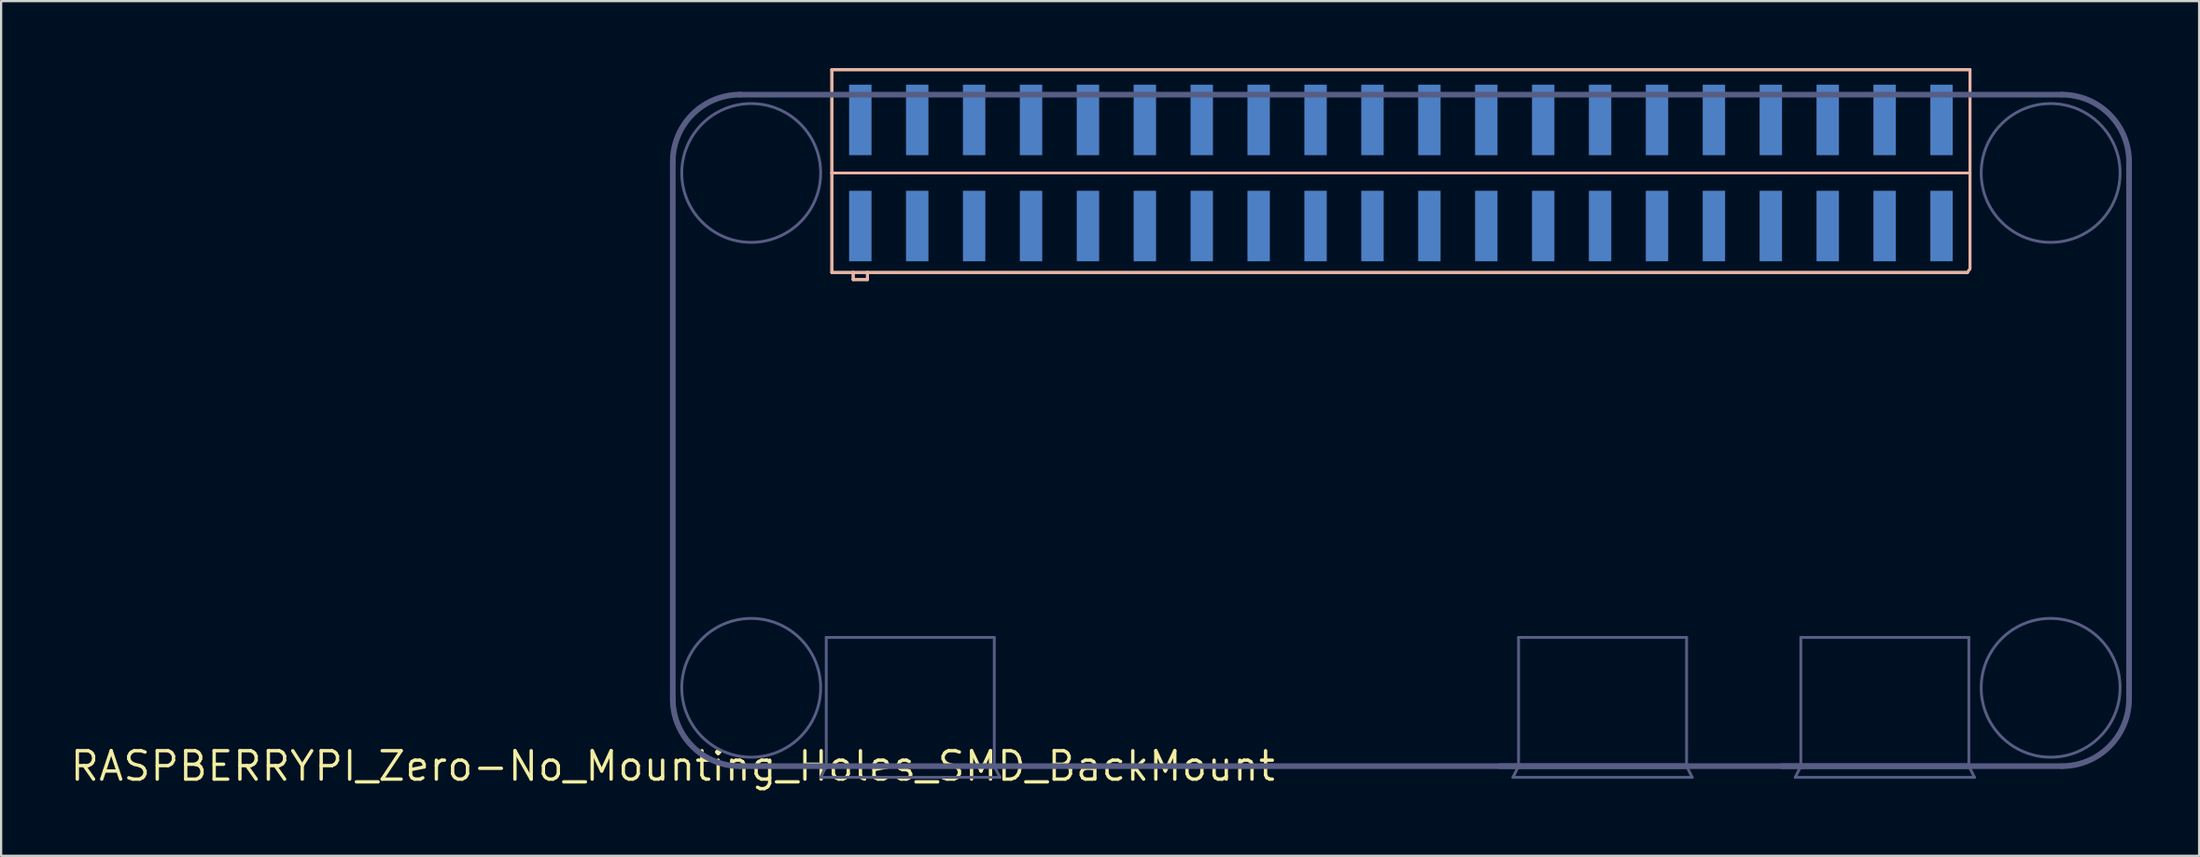
<source format=kicad_pcb>
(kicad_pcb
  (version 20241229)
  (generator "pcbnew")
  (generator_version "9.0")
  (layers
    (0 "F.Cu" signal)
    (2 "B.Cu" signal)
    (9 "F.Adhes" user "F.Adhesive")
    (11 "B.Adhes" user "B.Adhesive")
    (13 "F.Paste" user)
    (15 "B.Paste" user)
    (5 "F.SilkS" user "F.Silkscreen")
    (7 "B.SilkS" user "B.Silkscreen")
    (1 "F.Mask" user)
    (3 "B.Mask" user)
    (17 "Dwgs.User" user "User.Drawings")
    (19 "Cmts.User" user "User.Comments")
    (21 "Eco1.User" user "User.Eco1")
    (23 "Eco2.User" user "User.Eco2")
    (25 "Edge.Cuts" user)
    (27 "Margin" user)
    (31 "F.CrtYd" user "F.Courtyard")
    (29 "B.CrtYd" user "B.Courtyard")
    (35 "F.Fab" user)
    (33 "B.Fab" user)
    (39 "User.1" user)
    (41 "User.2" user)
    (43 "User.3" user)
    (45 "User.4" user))
  (footprint "RASPBERRYPI_Zero-No_Mounting_Holes_SMD_BackMount"
    (layer "F.Cu")
    (at 26.98 31.178)
    (property "Reference" "RASPBERRYPI_Zero-No_Mounting_Holes_SMD_BackMount" (at 0 0 0) (layer "F.SilkS") (effects (font (size 1.27 1.27) (thickness 0.15))))
    (attr smd)
    (fp_line (start 7.1 -31.115) (end 7.1 -26.5) (stroke (width 0.127) (type solid)) (layer "F.SilkS"))
    (fp_line (start 7.1 -26.5) (end 7.1 -22.055) (stroke (width 0.127) (type solid)) (layer "F.SilkS"))
    (fp_line (start 7.1 -26.5) (end 57.785 -26.5) (stroke (width 0.127) (type solid)) (layer "F.SilkS"))
    (fp_line (start 7.1 -22.055) (end 8.053 -22.055) (stroke (width 0.127) (type solid)) (layer "F.SilkS"))
    (fp_line (start 8.053 -22.055) (end 8.053 -21.738) (stroke (width 0.127) (type solid)) (layer "F.SilkS"))
    (fp_line (start 8.053 -22.055) (end 8.688 -22.055) (stroke (width 0.127) (type solid)) (layer "F.SilkS"))
    (fp_line (start 8.053 -21.738) (end 8.688 -21.738) (stroke (width 0.127) (type solid)) (layer "F.SilkS"))
    (fp_line (start 8.688 -22.055) (end 57.785 -22.055) (stroke (width 0.127) (type solid)) (layer "F.SilkS"))
    (fp_line (start 8.688 -21.738) (end 8.688 -22.055) (stroke (width 0.127) (type solid)) (layer "F.SilkS"))
    (fp_line (start 57.9 -31.115) (end 7.1 -31.115) (stroke (width 0.127) (type solid)) (layer "F.SilkS"))
    (fp_line (start 57.9 -22.225) (end 57.785 -22.055) (stroke (width 0.12) (type solid)) (layer "F.SilkS"))
    (fp_line (start 57.9 -22.225) (end 57.9 -31.115) (stroke (width 0.127) (type solid)) (layer "F.SilkS"))
    (fp_line (start 7.1 -31.115) (end 7.1 -26.5) (stroke (width 0.127) (type solid)) (layer "B.SilkS"))
    (fp_line (start 7.1 -26.5) (end 7.1 -22.055) (stroke (width 0.127) (type solid)) (layer "B.SilkS"))
    (fp_line (start 7.1 -26.5) (end 57.785 -26.5) (stroke (width 0.127) (type solid)) (layer "B.SilkS"))
    (fp_line (start 7.1 -22.055) (end 8.053 -22.055) (stroke (width 0.127) (type solid)) (layer "B.SilkS"))
    (fp_line (start 8.053 -22.055) (end 8.053 -21.738) (stroke (width 0.127) (type solid)) (layer "B.SilkS"))
    (fp_line (start 8.053 -22.055) (end 8.688 -22.055) (stroke (width 0.127) (type solid)) (layer "B.SilkS"))
    (fp_line (start 8.053 -21.738) (end 8.688 -21.738) (stroke (width 0.127) (type solid)) (layer "B.SilkS"))
    (fp_line (start 8.688 -22.055) (end 57.785 -22.055) (stroke (width 0.127) (type solid)) (layer "B.SilkS"))
    (fp_line (start 8.688 -21.738) (end 8.688 -22.055) (stroke (width 0.127) (type solid)) (layer "B.SilkS"))
    (fp_line (start 57.9 -31.115) (end 7.1 -31.115) (stroke (width 0.127) (type solid)) (layer "B.SilkS"))
    (fp_line (start 57.9 -22.225) (end 57.785 -22.055) (stroke (width 0.12) (type solid)) (layer "B.SilkS"))
    (fp_line (start 57.9 -22.225) (end 57.9 -31.115) (stroke (width 0.127) (type solid)) (layer "B.SilkS"))
    (fp_line (start 0 -27) (end 0 -3) (stroke (width 0.254) (type solid)) (layer "B.Fab"))
    (fp_line (start 3 0) (end 6.85 0) (stroke (width 0.254) (type solid)) (layer "B.Fab"))
    (fp_line (start 6.6 0.5) (end 14.6 0.5) (stroke (width 0.127) (type solid)) (layer "B.Fab"))
    (fp_line (start 6.85 -5.75) (end 14.35 -5.75) (stroke (width 0.127) (type solid)) (layer "B.Fab"))
    (fp_line (start 6.85 0) (end 6.6 0.5) (stroke (width 0.127) (type solid)) (layer "B.Fab"))
    (fp_line (start 6.85 0) (end 6.85 -5.75) (stroke (width 0.127) (type solid)) (layer "B.Fab"))
    (fp_line (start 6.85 0) (end 14.35 0) (stroke (width 0.254) (type solid)) (layer "B.Fab"))
    (fp_line (start 14.35 -5.75) (end 14.35 0) (stroke (width 0.127) (type solid)) (layer "B.Fab"))
    (fp_line (start 14.35 0) (end 62 0) (stroke (width 0.254) (type solid)) (layer "B.Fab"))
    (fp_line (start 14.6 0.5) (end 14.35 0) (stroke (width 0.127) (type solid)) (layer "B.Fab"))
    (fp_line (start 36.9 0) (end 37.75 0) (stroke (width 0.254) (type solid)) (layer "B.Fab"))
    (fp_line (start 37.5 0.5) (end 45.5 0.5) (stroke (width 0.127) (type solid)) (layer "B.Fab"))
    (fp_line (start 37.75 -5.75) (end 45.25 -5.75) (stroke (width 0.127) (type solid)) (layer "B.Fab"))
    (fp_line (start 37.75 0) (end 37.5 0.5) (stroke (width 0.127) (type solid)) (layer "B.Fab"))
    (fp_line (start 37.75 0) (end 37.75 -5.75) (stroke (width 0.127) (type solid)) (layer "B.Fab"))
    (fp_line (start 37.75 0) (end 45.25 0) (stroke (width 0.254) (type solid)) (layer "B.Fab"))
    (fp_line (start 45.25 -5.75) (end 45.25 0) (stroke (width 0.127) (type solid)) (layer "B.Fab"))
    (fp_line (start 45.5 0.5) (end 45.25 0) (stroke (width 0.127) (type solid)) (layer "B.Fab"))
    (fp_line (start 49.5 0) (end 50.35 0) (stroke (width 0.254) (type solid)) (layer "B.Fab"))
    (fp_line (start 50.1 0.5) (end 58.1 0.5) (stroke (width 0.127) (type solid)) (layer "B.Fab"))
    (fp_line (start 50.35 -5.75) (end 57.85 -5.75) (stroke (width 0.127) (type solid)) (layer "B.Fab"))
    (fp_line (start 50.35 0) (end 50.1 0.5) (stroke (width 0.127) (type solid)) (layer "B.Fab"))
    (fp_line (start 50.35 0) (end 50.35 -5.75) (stroke (width 0.127) (type solid)) (layer "B.Fab"))
    (fp_line (start 50.35 0) (end 57.85 0) (stroke (width 0.254) (type solid)) (layer "B.Fab"))
    (fp_line (start 57.85 -5.75) (end 57.85 0) (stroke (width 0.127) (type solid)) (layer "B.Fab"))
    (fp_line (start 58.1 0.5) (end 57.85 0) (stroke (width 0.127) (type solid)) (layer "B.Fab"))
    (fp_line (start 62 -30) (end 3 -30) (stroke (width 0.254) (type solid)) (layer "B.Fab"))
    (fp_line (start 65 -3) (end 65 -27) (stroke (width 0.254) (type solid)) (layer "B.Fab"))
    (fp_arc (start 0 -27) (mid 0.87868 -29.12132) (end 3 -30) (stroke (width 0.254) (type solid)) (layer "B.Fab"))
    (fp_arc (start 3 0) (mid 0.87868 -0.87868) (end 0 -3) (stroke (width 0.254) (type solid)) (layer "B.Fab"))
    (fp_arc (start 62 -30) (mid 64.12132 -29.12132) (end 65 -27) (stroke (width 0.254) (type solid)) (layer "B.Fab"))
    (fp_arc (start 65 -3) (mid 64.12132 -0.87868) (end 62 0) (stroke (width 0.254) (type solid)) (layer "B.Fab"))
    (fp_circle (center 3.5 -26.5) (end 6.6 -26.5) (stroke (width 0.127) (type solid)) (fill no) (layer "B.Fab"))
    (fp_circle (center 3.5 -3.5) (end 6.6 -3.5) (stroke (width 0.127) (type solid)) (fill no) (layer "B.Fab"))
    (fp_circle (center 61.5 -26.5) (end 64.6 -26.5) (stroke (width 0.127) (type solid)) (fill no) (layer "B.Fab"))
    (fp_circle (center 61.5 -3.5) (end 64.6 -3.5) (stroke (width 0.127) (type solid)) (fill no) (layer "B.Fab"))
    (pad "1" smd rect (at 8.37 -24.13) (size 1 3.15) (layers "B.Cu" "B.Mask" "B.Paste"))
    (pad "2" smd rect (at 8.37 -28.87) (size 1 3.15) (layers "B.Cu" "B.Mask" "B.Paste"))
    (pad "3" smd rect (at 10.91 -24.13) (size 1 3.15) (layers "B.Cu" "B.Mask" "B.Paste"))
    (pad "4" smd rect (at 10.91 -28.87) (size 1 3.15) (layers "B.Cu" "B.Mask" "B.Paste"))
    (pad "5" smd rect (at 13.45 -24.13) (size 1 3.15) (layers "B.Cu" "B.Mask" "B.Paste"))
    (pad "6" smd rect (at 13.45 -28.87) (size 1 3.15) (layers "B.Cu" "B.Mask" "B.Paste"))
    (pad "7" smd rect (at 15.99 -24.13) (size 1 3.15) (layers "B.Cu" "B.Mask" "B.Paste"))
    (pad "8" smd rect (at 15.99 -28.87) (size 1 3.15) (layers "B.Cu" "B.Mask" "B.Paste"))
    (pad "9" smd rect (at 18.53 -24.13) (size 1 3.15) (layers "B.Cu" "B.Mask" "B.Paste"))
    (pad "10" smd rect (at 18.53 -28.87) (size 1 3.15) (layers "B.Cu" "B.Mask" "B.Paste"))
    (pad "11" smd rect (at 21.07 -24.13) (size 1 3.15) (layers "B.Cu" "B.Mask" "B.Paste"))
    (pad "12" smd rect (at 21.07 -28.87) (size 1 3.15) (layers "B.Cu" "B.Mask" "B.Paste"))
    (pad "13" smd rect (at 23.61 -24.13) (size 1 3.15) (layers "B.Cu" "B.Mask" "B.Paste"))
    (pad "14" smd rect (at 23.61 -28.87) (size 1 3.15) (layers "B.Cu" "B.Mask" "B.Paste"))
    (pad "15" smd rect (at 26.15 -24.13) (size 1 3.15) (layers "B.Cu" "B.Mask" "B.Paste"))
    (pad "16" smd rect (at 26.15 -28.87) (size 1 3.15) (layers "B.Cu" "B.Mask" "B.Paste"))
    (pad "17" smd rect (at 28.69 -24.13) (size 1 3.15) (layers "B.Cu" "B.Mask" "B.Paste"))
    (pad "18" smd rect (at 28.69 -28.87) (size 1 3.15) (layers "B.Cu" "B.Mask" "B.Paste"))
    (pad "19" smd rect (at 31.23 -24.13) (size 1 3.15) (layers "B.Cu" "B.Mask" "B.Paste"))
    (pad "20" smd rect (at 31.23 -28.87) (size 1 3.15) (layers "B.Cu" "B.Mask" "B.Paste"))
    (pad "21" smd rect (at 33.77 -24.13) (size 1 3.15) (layers "B.Cu" "B.Mask" "B.Paste"))
    (pad "22" smd rect (at 33.77 -28.87) (size 1 3.15) (layers "B.Cu" "B.Mask" "B.Paste"))
    (pad "23" smd rect (at 36.31 -24.13) (size 1 3.15) (layers "B.Cu" "B.Mask" "B.Paste"))
    (pad "24" smd rect (at 36.31 -28.87) (size 1 3.15) (layers "B.Cu" "B.Mask" "B.Paste"))
    (pad "25" smd rect (at 38.85 -24.13) (size 1 3.15) (layers "B.Cu" "B.Mask" "B.Paste"))
    (pad "26" smd rect (at 38.85 -28.87) (size 1 3.15) (layers "B.Cu" "B.Mask" "B.Paste"))
    (pad "27" smd rect (at 41.39 -24.13) (size 1 3.15) (layers "B.Cu" "B.Mask" "B.Paste"))
    (pad "28" smd rect (at 41.39 -28.87) (size 1 3.15) (layers "B.Cu" "B.Mask" "B.Paste"))
    (pad "29" smd rect (at 43.93 -24.13) (size 1 3.15) (layers "B.Cu" "B.Mask" "B.Paste"))
    (pad "30" smd rect (at 43.93 -28.87) (size 1 3.15) (layers "B.Cu" "B.Mask" "B.Paste"))
    (pad "31" smd rect (at 46.47 -24.13) (size 1 3.15) (layers "B.Cu" "B.Mask" "B.Paste"))
    (pad "32" smd rect (at 46.47 -28.87) (size 1 3.15) (layers "B.Cu" "B.Mask" "B.Paste"))
    (pad "33" smd rect (at 49.01 -24.13) (size 1 3.15) (layers "B.Cu" "B.Mask" "B.Paste"))
    (pad "34" smd rect (at 49.01 -28.87) (size 1 3.15) (layers "B.Cu" "B.Mask" "B.Paste"))
    (pad "35" smd rect (at 51.55 -24.13) (size 1 3.15) (layers "B.Cu" "B.Mask" "B.Paste"))
    (pad "36" smd rect (at 51.55 -28.87) (size 1 3.15) (layers "B.Cu" "B.Mask" "B.Paste"))
    (pad "37" smd rect (at 54.09 -24.13) (size 1 3.15) (layers "B.Cu" "B.Mask" "B.Paste"))
    (pad "38" smd rect (at 54.09 -28.87) (size 1 3.15) (layers "B.Cu" "B.Mask" "B.Paste"))
    (pad "39" smd rect (at 56.63 -24.13) (size 1 3.15) (layers "B.Cu" "B.Mask" "B.Paste"))
    (pad "40" smd rect (at 56.63 -28.87) (size 1 3.15) (layers "B.Cu" "B.Mask" "B.Paste")))
  (gr_rect
    (start -3 -3)
    (end 95.107 35.185)
    (stroke (width 0.1) (type default))
    (fill no)
    (layer "Edge.Cuts")))
</source>
